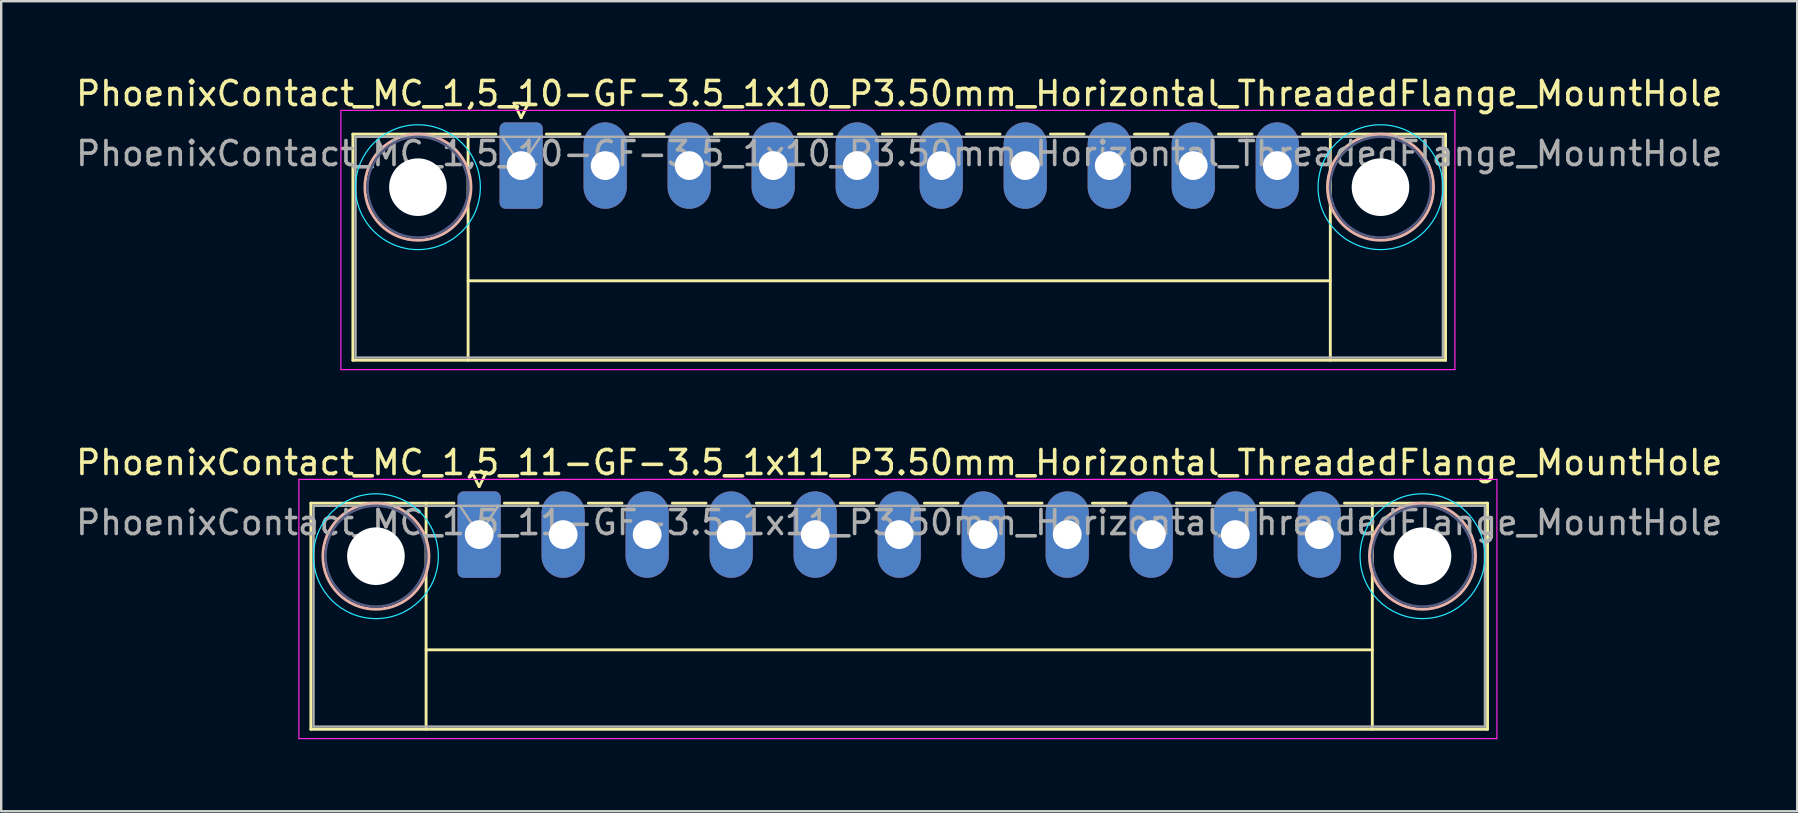
<source format=kicad_pcb>
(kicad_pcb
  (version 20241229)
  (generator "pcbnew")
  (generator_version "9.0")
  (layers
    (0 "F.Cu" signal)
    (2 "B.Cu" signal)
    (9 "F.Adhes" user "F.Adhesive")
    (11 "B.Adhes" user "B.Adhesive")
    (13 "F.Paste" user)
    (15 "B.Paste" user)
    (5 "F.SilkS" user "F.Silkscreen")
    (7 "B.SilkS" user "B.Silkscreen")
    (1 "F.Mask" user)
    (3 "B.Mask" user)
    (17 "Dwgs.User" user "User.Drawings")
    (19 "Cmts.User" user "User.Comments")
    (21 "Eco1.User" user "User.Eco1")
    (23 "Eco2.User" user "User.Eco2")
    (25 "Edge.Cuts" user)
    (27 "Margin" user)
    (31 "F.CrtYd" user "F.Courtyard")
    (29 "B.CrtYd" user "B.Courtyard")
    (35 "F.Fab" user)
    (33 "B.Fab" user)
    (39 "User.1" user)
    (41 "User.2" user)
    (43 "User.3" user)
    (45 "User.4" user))
  (footprint "PhoenixContact_MC_1,5_10-GF-3.5_1x10_P3.50mm_Horizontal_ThreadedFlange_MountHole"
    (layer "F.Cu")
    (at 18.661 3.848)
    (property "Reference" "PhoenixContact_MC_1,5_10-GF-3.5_1x10_P3.50mm_Horizontal_ThreadedFlange_MountHole" (at 15.75 -3 0) (layer "F.SilkS") (effects (font (size 1 1) (thickness 0.15))))
    (attr through_hole)
    (fp_line (start -7.01 -1.31) (end -7.01 8.11) (stroke (width 0.12) (type solid)) (layer "F.SilkS"))
    (fp_line (start -7.01 -1.31) (end -1.05 -1.31) (stroke (width 0.12) (type solid)) (layer "F.SilkS"))
    (fp_line (start -7.01 8.11) (end 38.51 8.11) (stroke (width 0.12) (type solid)) (layer "F.SilkS"))
    (fp_line (start -2.21 -1.31) (end -2.21 8.11) (stroke (width 0.12) (type solid)) (layer "F.SilkS"))
    (fp_line (start -2.21 4.8) (end 33.71 4.8) (stroke (width 0.12) (type solid)) (layer "F.SilkS"))
    (fp_line (start -0.3 -2.6) (end 0.3 -2.6) (stroke (width 0.12) (type solid)) (layer "F.SilkS"))
    (fp_line (start 0 -2) (end -0.3 -2.6) (stroke (width 0.12) (type solid)) (layer "F.SilkS"))
    (fp_line (start 0.3 -2.6) (end 0 -2) (stroke (width 0.12) (type solid)) (layer "F.SilkS"))
    (fp_line (start 1.05 -1.31) (end 2.45 -1.31) (stroke (width 0.12) (type solid)) (layer "F.SilkS"))
    (fp_line (start 4.55 -1.31) (end 5.95 -1.31) (stroke (width 0.12) (type solid)) (layer "F.SilkS"))
    (fp_line (start 8.05 -1.31) (end 9.45 -1.31) (stroke (width 0.12) (type solid)) (layer "F.SilkS"))
    (fp_line (start 11.55 -1.31) (end 12.95 -1.31) (stroke (width 0.12) (type solid)) (layer "F.SilkS"))
    (fp_line (start 15.05 -1.31) (end 16.45 -1.31) (stroke (width 0.12) (type solid)) (layer "F.SilkS"))
    (fp_line (start 18.55 -1.31) (end 19.95 -1.31) (stroke (width 0.12) (type solid)) (layer "F.SilkS"))
    (fp_line (start 22.05 -1.31) (end 23.45 -1.31) (stroke (width 0.12) (type solid)) (layer "F.SilkS"))
    (fp_line (start 25.55 -1.31) (end 26.95 -1.31) (stroke (width 0.12) (type solid)) (layer "F.SilkS"))
    (fp_line (start 29.05 -1.31) (end 30.45 -1.31) (stroke (width 0.12) (type solid)) (layer "F.SilkS"))
    (fp_line (start 33.71 -1.31) (end 33.71 8.11) (stroke (width 0.12) (type solid)) (layer "F.SilkS"))
    (fp_line (start 38.51 -1.31) (end 32.55 -1.31) (stroke (width 0.12) (type solid)) (layer "F.SilkS"))
    (fp_line (start 38.51 8.11) (end 38.51 -1.31) (stroke (width 0.12) (type solid)) (layer "F.SilkS"))
    (fp_circle (center -4.3 0.9) (end -2.09 0.9) (stroke (width 0.12) (type solid)) (fill no) (layer "B.SilkS"))
    (fp_circle (center 35.8 0.9) (end 38.01 0.9) (stroke (width 0.12) (type solid)) (fill no) (layer "B.SilkS"))
    (fp_circle (center -4.3 0.9) (end -1.7 0.9) (stroke (width 0.05) (type solid)) (fill no) (layer "B.CrtYd"))
    (fp_circle (center 35.8 0.9) (end 38.4 0.9) (stroke (width 0.05) (type solid)) (fill no) (layer "B.CrtYd"))
    (fp_line (start -7.51 -2.3) (end -7.51 8.5) (stroke (width 0.05) (type solid)) (layer "F.CrtYd"))
    (fp_line (start -7.51 8.5) (end 38.9 8.5) (stroke (width 0.05) (type solid)) (layer "F.CrtYd"))
    (fp_line (start 38.9 -2.3) (end -7.51 -2.3) (stroke (width 0.05) (type solid)) (layer "F.CrtYd"))
    (fp_line (start 38.9 8.5) (end 38.9 -2.3) (stroke (width 0.05) (type solid)) (layer "F.CrtYd"))
    (fp_circle (center -4.3 0.9) (end -2.2 0.9) (stroke (width 0.1) (type solid)) (fill no) (layer "B.Fab"))
    (fp_circle (center 35.8 0.9) (end 37.9 0.9) (stroke (width 0.1) (type solid)) (fill no) (layer "B.Fab"))
    (fp_line (start -6.9 -1.2) (end -6.9 8) (stroke (width 0.1) (type solid)) (layer "F.Fab"))
    (fp_line (start -6.9 8) (end 38.4 8) (stroke (width 0.1) (type solid)) (layer "F.Fab"))
    (fp_line (start 0 0) (end -0.8 -1.2) (stroke (width 0.1) (type solid)) (layer "F.Fab"))
    (fp_line (start 0.8 -1.2) (end 0 0) (stroke (width 0.1) (type solid)) (layer "F.Fab"))
    (fp_line (start 38.4 -1.2) (end -6.9 -1.2) (stroke (width 0.1) (type solid)) (layer "F.Fab"))
    (fp_line (start 38.4 8) (end 38.4 -1.2) (stroke (width 0.1) (type solid)) (layer "F.Fab"))
    (fp_text user "${REFERENCE}" (at 15.75 -0.5 0) (layer "F.Fab") (effects (font (size 1 1) (thickness 0.15))))
    (pad "" np_thru_hole circle (at -4.3 0.9) (size 2.4 2.4) (drill 2.4) (layers "*.Cu" "*.Mask"))
    (pad "" np_thru_hole circle (at 35.8 0.9) (size 2.4 2.4) (drill 2.4) (layers "*.Cu" "*.Mask"))
    (pad "1" thru_hole roundrect (at 0 0) (size 1.8 3.6) (drill 1.2) (layers "*.Cu" "*.Mask") (roundrect_rratio 0.139))
    (pad "2" thru_hole oval (at 3.5 0) (size 1.8 3.6) (drill 1.2) (layers "*.Cu" "*.Mask"))
    (pad "3" thru_hole oval (at 7 0) (size 1.8 3.6) (drill 1.2) (layers "*.Cu" "*.Mask"))
    (pad "4" thru_hole oval (at 10.5 0) (size 1.8 3.6) (drill 1.2) (layers "*.Cu" "*.Mask"))
    (pad "5" thru_hole oval (at 14 0) (size 1.8 3.6) (drill 1.2) (layers "*.Cu" "*.Mask"))
    (pad "6" thru_hole oval (at 17.5 0) (size 1.8 3.6) (drill 1.2) (layers "*.Cu" "*.Mask"))
    (pad "7" thru_hole oval (at 21 0) (size 1.8 3.6) (drill 1.2) (layers "*.Cu" "*.Mask"))
    (pad "8" thru_hole oval (at 24.5 0) (size 1.8 3.6) (drill 1.2) (layers "*.Cu" "*.Mask"))
    (pad "9" thru_hole oval (at 28 0) (size 1.8 3.6) (drill 1.2) (layers "*.Cu" "*.Mask"))
    (pad "10" thru_hole oval (at 31.5 0) (size 1.8 3.6) (drill 1.2) (layers "*.Cu" "*.Mask")))
  (footprint "PhoenixContact_MC_1,5_11-GF-3.5_1x11_P3.50mm_Horizontal_ThreadedFlange_MountHole"
    (layer "F.Cu")
    (at 16.911 19.221)
    (property "Reference" "PhoenixContact_MC_1,5_11-GF-3.5_1x11_P3.50mm_Horizontal_ThreadedFlange_MountHole" (at 17.5 -3 0) (layer "F.SilkS") (effects (font (size 1 1) (thickness 0.15))))
    (attr through_hole)
    (fp_line (start -7.01 -1.31) (end -7.01 8.11) (stroke (width 0.12) (type solid)) (layer "F.SilkS"))
    (fp_line (start -7.01 -1.31) (end -1.05 -1.31) (stroke (width 0.12) (type solid)) (layer "F.SilkS"))
    (fp_line (start -7.01 8.11) (end 42.01 8.11) (stroke (width 0.12) (type solid)) (layer "F.SilkS"))
    (fp_line (start -2.21 -1.31) (end -2.21 8.11) (stroke (width 0.12) (type solid)) (layer "F.SilkS"))
    (fp_line (start -2.21 4.8) (end 37.21 4.8) (stroke (width 0.12) (type solid)) (layer "F.SilkS"))
    (fp_line (start -0.3 -2.6) (end 0.3 -2.6) (stroke (width 0.12) (type solid)) (layer "F.SilkS"))
    (fp_line (start 0 -2) (end -0.3 -2.6) (stroke (width 0.12) (type solid)) (layer "F.SilkS"))
    (fp_line (start 0.3 -2.6) (end 0 -2) (stroke (width 0.12) (type solid)) (layer "F.SilkS"))
    (fp_line (start 1.05 -1.31) (end 2.45 -1.31) (stroke (width 0.12) (type solid)) (layer "F.SilkS"))
    (fp_line (start 4.55 -1.31) (end 5.95 -1.31) (stroke (width 0.12) (type solid)) (layer "F.SilkS"))
    (fp_line (start 8.05 -1.31) (end 9.45 -1.31) (stroke (width 0.12) (type solid)) (layer "F.SilkS"))
    (fp_line (start 11.55 -1.31) (end 12.95 -1.31) (stroke (width 0.12) (type solid)) (layer "F.SilkS"))
    (fp_line (start 15.05 -1.31) (end 16.45 -1.31) (stroke (width 0.12) (type solid)) (layer "F.SilkS"))
    (fp_line (start 18.55 -1.31) (end 19.95 -1.31) (stroke (width 0.12) (type solid)) (layer "F.SilkS"))
    (fp_line (start 22.05 -1.31) (end 23.45 -1.31) (stroke (width 0.12) (type solid)) (layer "F.SilkS"))
    (fp_line (start 25.55 -1.31) (end 26.95 -1.31) (stroke (width 0.12) (type solid)) (layer "F.SilkS"))
    (fp_line (start 29.05 -1.31) (end 30.45 -1.31) (stroke (width 0.12) (type solid)) (layer "F.SilkS"))
    (fp_line (start 32.55 -1.31) (end 33.95 -1.31) (stroke (width 0.12) (type solid)) (layer "F.SilkS"))
    (fp_line (start 37.21 -1.31) (end 37.21 8.11) (stroke (width 0.12) (type solid)) (layer "F.SilkS"))
    (fp_line (start 42.01 -1.31) (end 36.05 -1.31) (stroke (width 0.12) (type solid)) (layer "F.SilkS"))
    (fp_line (start 42.01 8.11) (end 42.01 -1.31) (stroke (width 0.12) (type solid)) (layer "F.SilkS"))
    (fp_circle (center -4.3 0.9) (end -2.09 0.9) (stroke (width 0.12) (type solid)) (fill no) (layer "B.SilkS"))
    (fp_circle (center 39.3 0.9) (end 41.51 0.9) (stroke (width 0.12) (type solid)) (fill no) (layer "B.SilkS"))
    (fp_circle (center -4.3 0.9) (end -1.7 0.9) (stroke (width 0.05) (type solid)) (fill no) (layer "B.CrtYd"))
    (fp_circle (center 39.3 0.9) (end 41.9 0.9) (stroke (width 0.05) (type solid)) (fill no) (layer "B.CrtYd"))
    (fp_line (start -7.51 -2.3) (end -7.51 8.5) (stroke (width 0.05) (type solid)) (layer "F.CrtYd"))
    (fp_line (start -7.51 8.5) (end 42.4 8.5) (stroke (width 0.05) (type solid)) (layer "F.CrtYd"))
    (fp_line (start 42.4 -2.3) (end -7.51 -2.3) (stroke (width 0.05) (type solid)) (layer "F.CrtYd"))
    (fp_line (start 42.4 8.5) (end 42.4 -2.3) (stroke (width 0.05) (type solid)) (layer "F.CrtYd"))
    (fp_circle (center -4.3 0.9) (end -2.2 0.9) (stroke (width 0.1) (type solid)) (fill no) (layer "B.Fab"))
    (fp_circle (center 39.3 0.9) (end 41.4 0.9) (stroke (width 0.1) (type solid)) (fill no) (layer "B.Fab"))
    (fp_line (start -6.9 -1.2) (end -6.9 8) (stroke (width 0.1) (type solid)) (layer "F.Fab"))
    (fp_line (start -6.9 8) (end 41.9 8) (stroke (width 0.1) (type solid)) (layer "F.Fab"))
    (fp_line (start 0 0) (end -0.8 -1.2) (stroke (width 0.1) (type solid)) (layer "F.Fab"))
    (fp_line (start 0.8 -1.2) (end 0 0) (stroke (width 0.1) (type solid)) (layer "F.Fab"))
    (fp_line (start 41.9 -1.2) (end -6.9 -1.2) (stroke (width 0.1) (type solid)) (layer "F.Fab"))
    (fp_line (start 41.9 8) (end 41.9 -1.2) (stroke (width 0.1) (type solid)) (layer "F.Fab"))
    (fp_text user "${REFERENCE}" (at 17.5 -0.5 0) (layer "F.Fab") (effects (font (size 1 1) (thickness 0.15))))
    (pad "" np_thru_hole circle (at -4.3 0.9) (size 2.4 2.4) (drill 2.4) (layers "*.Cu" "*.Mask"))
    (pad "" np_thru_hole circle (at 39.3 0.9) (size 2.4 2.4) (drill 2.4) (layers "*.Cu" "*.Mask"))
    (pad "1" thru_hole roundrect (at 0 0) (size 1.8 3.6) (drill 1.2) (layers "*.Cu" "*.Mask") (roundrect_rratio 0.139))
    (pad "2" thru_hole oval (at 3.5 0) (size 1.8 3.6) (drill 1.2) (layers "*.Cu" "*.Mask"))
    (pad "3" thru_hole oval (at 7 0) (size 1.8 3.6) (drill 1.2) (layers "*.Cu" "*.Mask"))
    (pad "4" thru_hole oval (at 10.5 0) (size 1.8 3.6) (drill 1.2) (layers "*.Cu" "*.Mask"))
    (pad "5" thru_hole oval (at 14 0) (size 1.8 3.6) (drill 1.2) (layers "*.Cu" "*.Mask"))
    (pad "6" thru_hole oval (at 17.5 0) (size 1.8 3.6) (drill 1.2) (layers "*.Cu" "*.Mask"))
    (pad "7" thru_hole oval (at 21 0) (size 1.8 3.6) (drill 1.2) (layers "*.Cu" "*.Mask"))
    (pad "8" thru_hole oval (at 24.5 0) (size 1.8 3.6) (drill 1.2) (layers "*.Cu" "*.Mask"))
    (pad "9" thru_hole oval (at 28 0) (size 1.8 3.6) (drill 1.2) (layers "*.Cu" "*.Mask"))
    (pad "10" thru_hole oval (at 31.5 0) (size 1.8 3.6) (drill 1.2) (layers "*.Cu" "*.Mask"))
    (pad "11" thru_hole oval (at 35 0) (size 1.8 3.6) (drill 1.2) (layers "*.Cu" "*.Mask")))
  (gr_rect
    (start -3 -3)
    (end 71.821 30.747)
    (stroke (width 0.1) (type default))
    (fill no)
    (layer "Edge.Cuts")))
</source>
